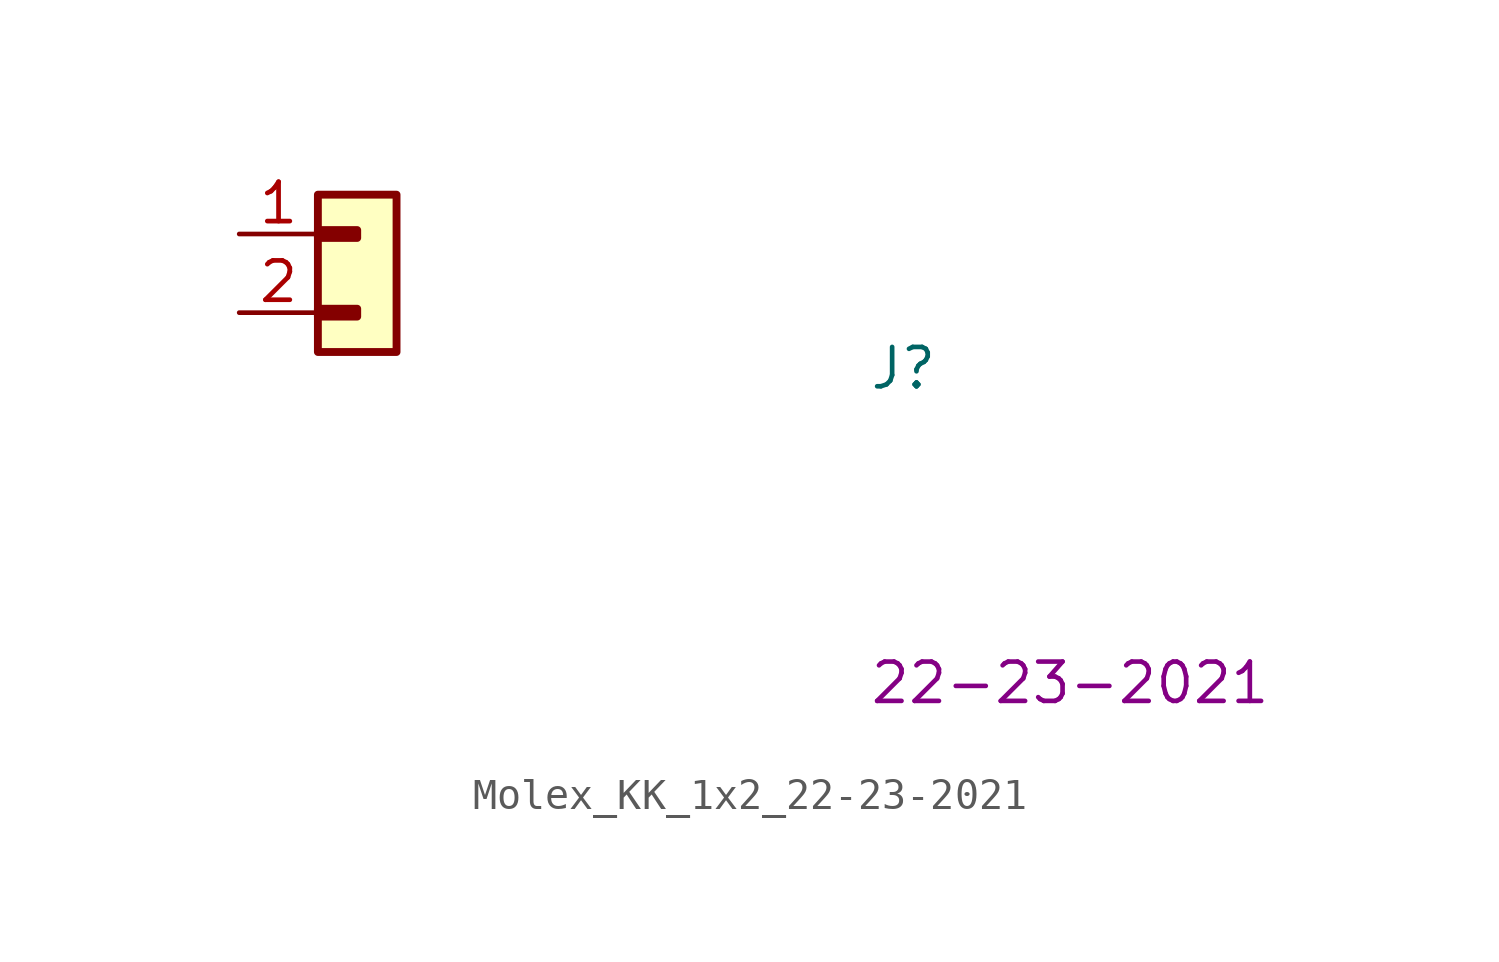
<source format=kicad_sym>
(kicad_symbol_lib
  (version 20220914)
  (generator kicad_symbol_editor)
  (symbol "Molex_KK_1x2_22-23-2021"
    (property "Reference" "J"
      (at 20.32 -5.08 0)
      (effects (font (size 1.27 1.27) (thickness 0.15)) (justify left bottom)))
    (property "MPN" "22-23-2021"
      (at 20.32 -15.24 0)
      (effects (font (size 1.27 1.27) (thickness 0.15)) (justify left bottom)))
    (symbol "Molex_KK_1x2_22-23-2021_1_1"
      (rectangle (start 2.54 -2.413) (end 3.81 -2.667) (stroke (width 0.254) (type default)) (fill (type background)))
      (rectangle (start 2.54 0.127) (end 3.81 -0.127) (stroke (width 0.254) (type default)) (fill (type background)))
      (rectangle (start 5.08 -3.81) (end 2.54 1.27) (stroke (width 0.254) (type default)) (fill (type background)))
      (pin passive line (at 0 0 0) (length 2.54) (name "~" (effects (font (size 1.27 1.27)))) (number "1" (effects (font (size 1.27 1.27)))))
      (pin passive line (at 0 -2.54 0) (length 2.54) (name "~" (effects (font (size 1.27 1.27)))) (number "2" (effects (font (size 1.27 1.27))))))))
</source>
